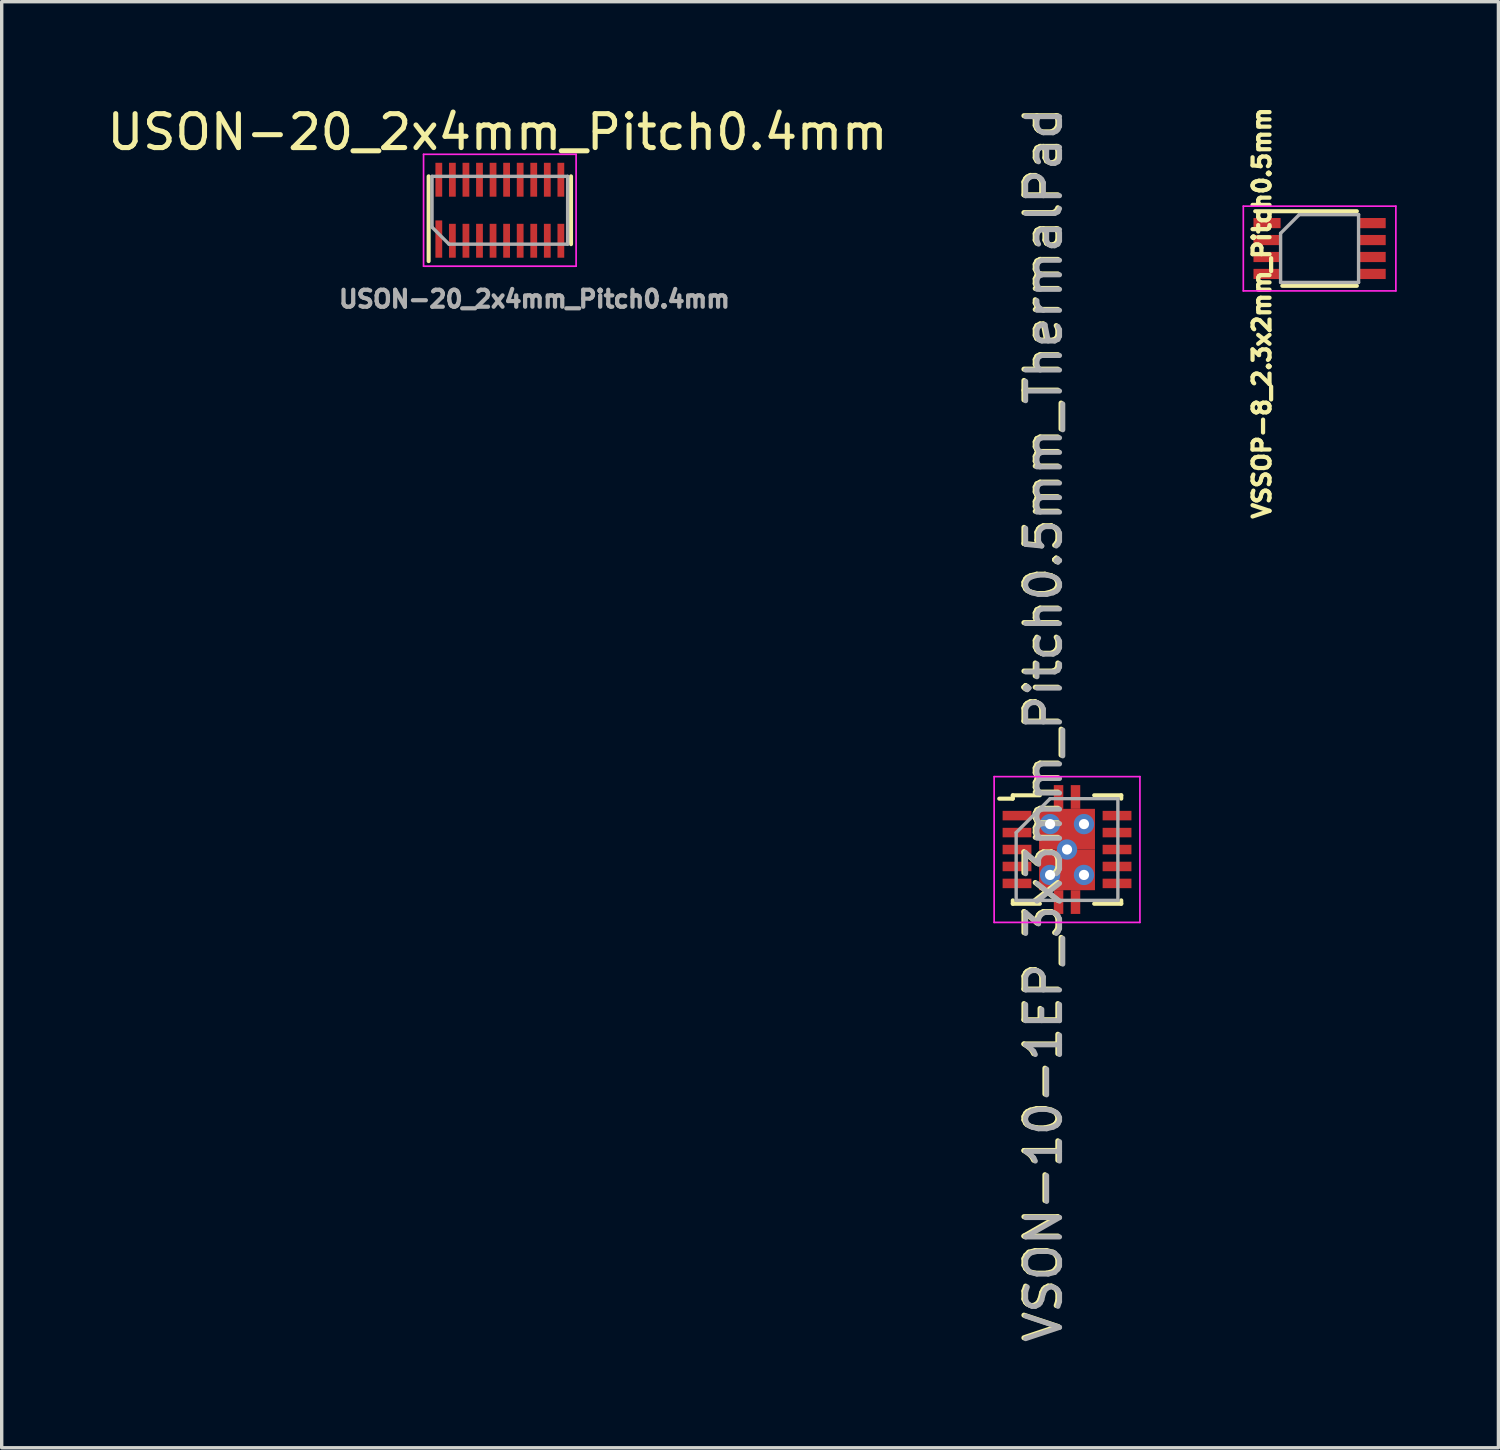
<source format=kicad_pcb>
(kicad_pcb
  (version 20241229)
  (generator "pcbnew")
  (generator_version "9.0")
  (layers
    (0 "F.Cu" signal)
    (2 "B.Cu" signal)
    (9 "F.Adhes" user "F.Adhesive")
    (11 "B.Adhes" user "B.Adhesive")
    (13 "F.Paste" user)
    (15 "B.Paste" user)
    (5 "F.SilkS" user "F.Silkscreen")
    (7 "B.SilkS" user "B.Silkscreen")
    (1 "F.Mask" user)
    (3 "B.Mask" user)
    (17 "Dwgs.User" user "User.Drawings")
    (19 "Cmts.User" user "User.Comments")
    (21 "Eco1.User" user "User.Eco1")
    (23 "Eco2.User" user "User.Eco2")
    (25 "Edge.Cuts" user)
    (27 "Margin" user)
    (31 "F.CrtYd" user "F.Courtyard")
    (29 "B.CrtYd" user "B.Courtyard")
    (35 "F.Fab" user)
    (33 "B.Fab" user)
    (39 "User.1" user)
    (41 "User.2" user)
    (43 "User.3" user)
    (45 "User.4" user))
  (footprint "USON-20_2x4mm_Pitch0.4mm"
    (layer "F.Cu")
    (at 11.694 3.152)
    (property "Reference" "USON-20_2x4mm_Pitch0.4mm" (at -0.069 -2.304 0) (layer "F.SilkS") (effects (font (size 1 1) (thickness 0.15))))
    (attr smd)
    (fp_line (start -2.1 -1) (end -2.1 1.5) (stroke (width 0.12) (type solid)) (layer "F.SilkS"))
    (fp_line (start 2.1 -1) (end 2.1 1) (stroke (width 0.12) (type solid)) (layer "F.SilkS"))
    (fp_line (start -2.25 -1.65) (end 2.25 -1.65) (stroke (width 0.05) (type solid)) (layer "F.CrtYd"))
    (fp_line (start -2.25 1.65) (end -2.25 -1.65) (stroke (width 0.05) (type solid)) (layer "F.CrtYd"))
    (fp_line (start 2.25 -1.65) (end 2.25 1.65) (stroke (width 0.05) (type solid)) (layer "F.CrtYd"))
    (fp_line (start 2.25 1.65) (end -2.25 1.65) (stroke (width 0.05) (type solid)) (layer "F.CrtYd"))
    (fp_line (start -2 -1) (end 2 -1) (stroke (width 0.1) (type solid)) (layer "F.Fab"))
    (fp_line (start -2 0.5) (end -2 -1) (stroke (width 0.1) (type solid)) (layer "F.Fab"))
    (fp_line (start -2 0.5) (end -1.5 1) (stroke (width 0.1) (type solid)) (layer "F.Fab"))
    (fp_line (start 2 -1) (end 2 1) (stroke (width 0.1) (type solid)) (layer "F.Fab"))
    (fp_line (start 2 1) (end -1.5 1) (stroke (width 0.1) (type solid)) (layer "F.Fab"))
    (fp_text user "${REFERENCE}" (at 1.02 2.62 0) (layer "F.Fab") (effects (font (size 0.5 0.5) (thickness 0.125))))
    (pad "1" smd rect (at -1.8 0.85) (size 0.2 1.1) (layers "F.Cu" "F.Mask" "F.Paste"))
    (pad "2" smd rect (at -1.4 0.9) (size 0.2 1) (layers "F.Cu" "F.Mask" "F.Paste"))
    (pad "3" smd rect (at -1 0.9) (size 0.2 1) (layers "F.Cu" "F.Mask" "F.Paste"))
    (pad "4" smd rect (at -0.6 0.9) (size 0.2 1) (layers "F.Cu" "F.Mask" "F.Paste"))
    (pad "5" smd rect (at -0.2 0.9) (size 0.2 1) (layers "F.Cu" "F.Mask" "F.Paste"))
    (pad "6" smd rect (at 0.2 0.9) (size 0.2 1) (layers "F.Cu" "F.Mask" "F.Paste"))
    (pad "7" smd rect (at 0.6 0.9) (size 0.2 1) (layers "F.Cu" "F.Mask" "F.Paste"))
    (pad "8" smd rect (at 1 0.9) (size 0.2 1) (layers "F.Cu" "F.Mask" "F.Paste"))
    (pad "9" smd rect (at 1.4 0.9) (size 0.2 1) (layers "F.Cu" "F.Mask" "F.Paste"))
    (pad "10" smd rect (at 1.8 0.9) (size 0.2 1) (layers "F.Cu" "F.Mask" "F.Paste"))
    (pad "11" smd rect (at 1.8 -0.9) (size 0.2 1) (layers "F.Cu" "F.Mask" "F.Paste"))
    (pad "12" smd rect (at 1.4 -0.9) (size 0.2 1) (layers "F.Cu" "F.Mask" "F.Paste"))
    (pad "13" smd rect (at 1 -0.9) (size 0.2 1) (layers "F.Cu" "F.Mask" "F.Paste"))
    (pad "14" smd rect (at 0.6 -0.9) (size 0.2 1) (layers "F.Cu" "F.Mask" "F.Paste"))
    (pad "15" smd rect (at 0.2 -0.9) (size 0.2 1) (layers "F.Cu" "F.Mask" "F.Paste"))
    (pad "16" smd rect (at -0.2 -0.9) (size 0.2 1) (layers "F.Cu" "F.Mask" "F.Paste"))
    (pad "17" smd rect (at -0.6 -0.9) (size 0.2 1) (layers "F.Cu" "F.Mask" "F.Paste"))
    (pad "18" smd rect (at -1 -0.9) (size 0.2 1) (layers "F.Cu" "F.Mask" "F.Paste"))
    (pad "19" smd rect (at -1.4 -0.9) (size 0.2 1) (layers "F.Cu" "F.Mask" "F.Paste"))
    (pad "20" smd rect (at -1.8 -0.9) (size 0.2 1) (layers "F.Cu" "F.Mask" "F.Paste")))
  (footprint "VSON-10-1EP_3x3mm_Pitch0.5mm_ThermalPad"
    (layer "F.Cu")
    (at 28.425 22.009)
    (property "Reference" "VSON-10-1EP_3x3mm_Pitch0.5mm_ThermalPad" (at -0.726 -3.693 270) (layer "F.SilkS") (effects (font (size 1 1) (thickness 0.15))))
    (attr smd)
    (fp_line (start -1.6 -1.6) (end -1.6 -1.5) (stroke (width 0.12) (type solid)) (layer "F.SilkS"))
    (fp_line (start -1.6 -1.5) (end -2 -1.5) (stroke (width 0.12) (type solid)) (layer "F.SilkS"))
    (fp_line (start -1.6 1.5) (end -1.6 1.6) (stroke (width 0.12) (type solid)) (layer "F.SilkS"))
    (fp_line (start -1.6 1.6) (end -0.8 1.6) (stroke (width 0.12) (type solid)) (layer "F.SilkS"))
    (fp_line (start -0.8 -1.6) (end -1.6 -1.6) (stroke (width 0.12) (type solid)) (layer "F.SilkS"))
    (fp_line (start 0.8 -1.6) (end 1.6 -1.6) (stroke (width 0.12) (type solid)) (layer "F.SilkS"))
    (fp_line (start 0.8 1.6) (end 1.6 1.6) (stroke (width 0.12) (type solid)) (layer "F.SilkS"))
    (fp_line (start 1.6 -1.6) (end 1.6 -1.5) (stroke (width 0.12) (type solid)) (layer "F.SilkS"))
    (fp_line (start 1.6 1.6) (end 1.6 1.5) (stroke (width 0.12) (type solid)) (layer "F.SilkS"))
    (fp_line (start -2.15 -2.15) (end 2.15 -2.15) (stroke (width 0.05) (type solid)) (layer "F.CrtYd"))
    (fp_line (start -2.15 2.15) (end -2.15 -2.15) (stroke (width 0.05) (type solid)) (layer "F.CrtYd"))
    (fp_line (start 2.15 -2.15) (end 2.15 2.15) (stroke (width 0.05) (type solid)) (layer "F.CrtYd"))
    (fp_line (start 2.15 2.15) (end -2.15 2.15) (stroke (width 0.05) (type solid)) (layer "F.CrtYd"))
    (fp_line (start -1.5 -0.5) (end -1.5 1.5) (stroke (width 0.1) (type solid)) (layer "F.Fab"))
    (fp_line (start -1.5 -0.5) (end -0.5 -1.5) (stroke (width 0.1) (type solid)) (layer "F.Fab"))
    (fp_line (start -1.5 1.5) (end 1.5 1.5) (stroke (width 0.1) (type solid)) (layer "F.Fab"))
    (fp_line (start -0.5 -1.5) (end 1.5 -1.5) (stroke (width 0.1) (type solid)) (layer "F.Fab"))
    (fp_line (start 1.5 -1.5) (end 1.5 1.5) (stroke (width 0.1) (type solid)) (layer "F.Fab"))
    (fp_text user "${REFERENCE}" (at -0.676 -3.668 270) (layer "F.Fab") (effects (font (size 1 1) (thickness 0.15))))
    (pad "1" smd rect (at -1.475 -1) (size 0.85 0.28) (layers "F.Cu" "F.Mask" "F.Paste"))
    (pad "2" smd rect (at -1.475 -0.5) (size 0.85 0.28) (layers "F.Cu" "F.Mask" "F.Paste"))
    (pad "3" smd rect (at -1.475 0) (size 0.85 0.28) (layers "F.Cu" "F.Mask" "F.Paste"))
    (pad "4" smd rect (at -1.475 0.5) (size 0.85 0.28) (layers "F.Cu" "F.Mask" "F.Paste"))
    (pad "5" smd rect (at -1.475 1) (size 0.85 0.28) (layers "F.Cu" "F.Mask" "F.Paste"))
    (pad "6" smd rect (at 1.475 1) (size 0.85 0.28) (layers "F.Cu" "F.Mask" "F.Paste"))
    (pad "7" smd rect (at 1.475 0.5) (size 0.85 0.28) (layers "F.Cu" "F.Mask" "F.Paste"))
    (pad "8" smd rect (at 1.475 0) (size 0.85 0.28) (layers "F.Cu" "F.Mask" "F.Paste"))
    (pad "9" smd rect (at 1.475 -0.5) (size 0.85 0.28) (layers "F.Cu" "F.Mask" "F.Paste"))
    (pad "10" smd rect (at 1.475 -1) (size 0.85 0.28) (layers "F.Cu" "F.Mask" "F.Paste"))
    (pad "11" thru_hole circle (at -0.5 -0.75) (size 0.6 0.6) (drill 0.3) (layers "*.Cu" "*.Mask"))
    (pad "11" thru_hole circle (at -0.5 0.75) (size 0.6 0.6) (drill 0.3) (layers "*.Cu" "*.Mask"))
    (pad "11" smd rect (at -0.412 -0.6) (size 0.825 1.2) (layers "F.Cu" "F.Mask" "F.Paste"))
    (pad "11" smd rect (at -0.412 0.6) (size 0.825 1.2) (layers "F.Cu" "F.Mask" "F.Paste"))
    (pad "11" smd rect (at -0.25 -1.55) (size 0.28 0.7) (layers "F.Cu" "F.Mask" "F.Paste"))
    (pad "11" smd rect (at -0.25 1.55) (size 0.28 0.7) (layers "F.Cu" "F.Mask" "F.Paste"))
    (pad "11" thru_hole circle (at 0 0) (size 0.6 0.6) (drill 0.3) (layers "*.Cu" "*.Mask"))
    (pad "11" smd rect (at 0.25 -1.55) (size 0.28 0.7) (layers "F.Cu" "F.Mask" "F.Paste"))
    (pad "11" smd rect (at 0.25 1.55) (size 0.28 0.7) (layers "F.Cu" "F.Mask" "F.Paste"))
    (pad "11" smd rect (at 0.412 -0.6) (size 0.825 1.2) (layers "F.Cu" "F.Mask" "F.Paste"))
    (pad "11" smd rect (at 0.412 0.6) (size 0.825 1.2) (layers "F.Cu" "F.Mask" "F.Paste"))
    (pad "11" thru_hole circle (at 0.5 -0.75) (size 0.6 0.6) (drill 0.3) (layers "*.Cu" "*.Mask"))
    (pad "11" thru_hole circle (at 0.5 0.75) (size 0.6 0.6) (drill 0.3) (layers "*.Cu" "*.Mask")))
  (footprint "VSSOP-8_2.3x2mm_Pitch0.5mm"
    (layer "F.Cu")
    (at 35.875 4.281)
    (property "Reference" "VSSOP-8_2.3x2mm_Pitch0.5mm" (at -1.702 1.904 90) (layer "F.SilkS") (effects (font (size 0.5 0.5) (thickness 0.125))))
    (attr smd)
    (fp_line (start 1.1 -1.1) (end -1.9 -1.1) (stroke (width 0.12) (type solid)) (layer "F.SilkS"))
    (fp_line (start 1.1 1.1) (end -1.1 1.1) (stroke (width 0.12) (type solid)) (layer "F.SilkS"))
    (fp_line (start -2.25 -1.25) (end 2.25 -1.25) (stroke (width 0.05) (type solid)) (layer "F.CrtYd"))
    (fp_line (start -2.25 1.25) (end -2.25 -1.25) (stroke (width 0.05) (type solid)) (layer "F.CrtYd"))
    (fp_line (start 2.25 -1.25) (end 2.25 1.25) (stroke (width 0.05) (type solid)) (layer "F.CrtYd"))
    (fp_line (start 2.25 1.25) (end -2.25 1.25) (stroke (width 0.05) (type solid)) (layer "F.CrtYd"))
    (fp_line (start -1.15 1) (end -1.15 -0.45) (stroke (width 0.1) (type solid)) (layer "F.Fab"))
    (fp_line (start -0.6 -1) (end -1.15 -0.45) (stroke (width 0.1) (type solid)) (layer "F.Fab"))
    (fp_line (start -0.6 -1) (end 1.15 -1) (stroke (width 0.1) (type solid)) (layer "F.Fab"))
    (fp_line (start 1.15 -1) (end 1.15 1) (stroke (width 0.1) (type solid)) (layer "F.Fab"))
    (fp_line (start 1.15 1) (end -1.15 1) (stroke (width 0.1) (type solid)) (layer "F.Fab"))
    (pad "1" smd rect (at -1.55 -0.75 270) (size 0.3 0.8) (layers "F.Cu" "F.Mask" "F.Paste"))
    (pad "2" smd rect (at -1.55 -0.25 270) (size 0.3 0.8) (layers "F.Cu" "F.Mask" "F.Paste"))
    (pad "3" smd rect (at -1.55 0.25 270) (size 0.3 0.8) (layers "F.Cu" "F.Mask" "F.Paste"))
    (pad "4" smd rect (at -1.55 0.75 270) (size 0.3 0.8) (layers "F.Cu" "F.Mask" "F.Paste"))
    (pad "5" smd rect (at 1.55 0.75 270) (size 0.3 0.8) (layers "F.Cu" "F.Mask" "F.Paste"))
    (pad "6" smd rect (at 1.55 0.25 270) (size 0.3 0.8) (layers "F.Cu" "F.Mask" "F.Paste"))
    (pad "7" smd rect (at 1.55 -0.25 270) (size 0.3 0.8) (layers "F.Cu" "F.Mask" "F.Paste"))
    (pad "8" smd rect (at 1.55 -0.75 270) (size 0.3 0.8) (layers "F.Cu" "F.Mask" "F.Paste")))
  (gr_rect
    (start -3 -3)
    (end 41.15 39.656)
    (stroke (width 0.1) (type default))
    (fill no)
    (layer "Edge.Cuts")))
</source>
